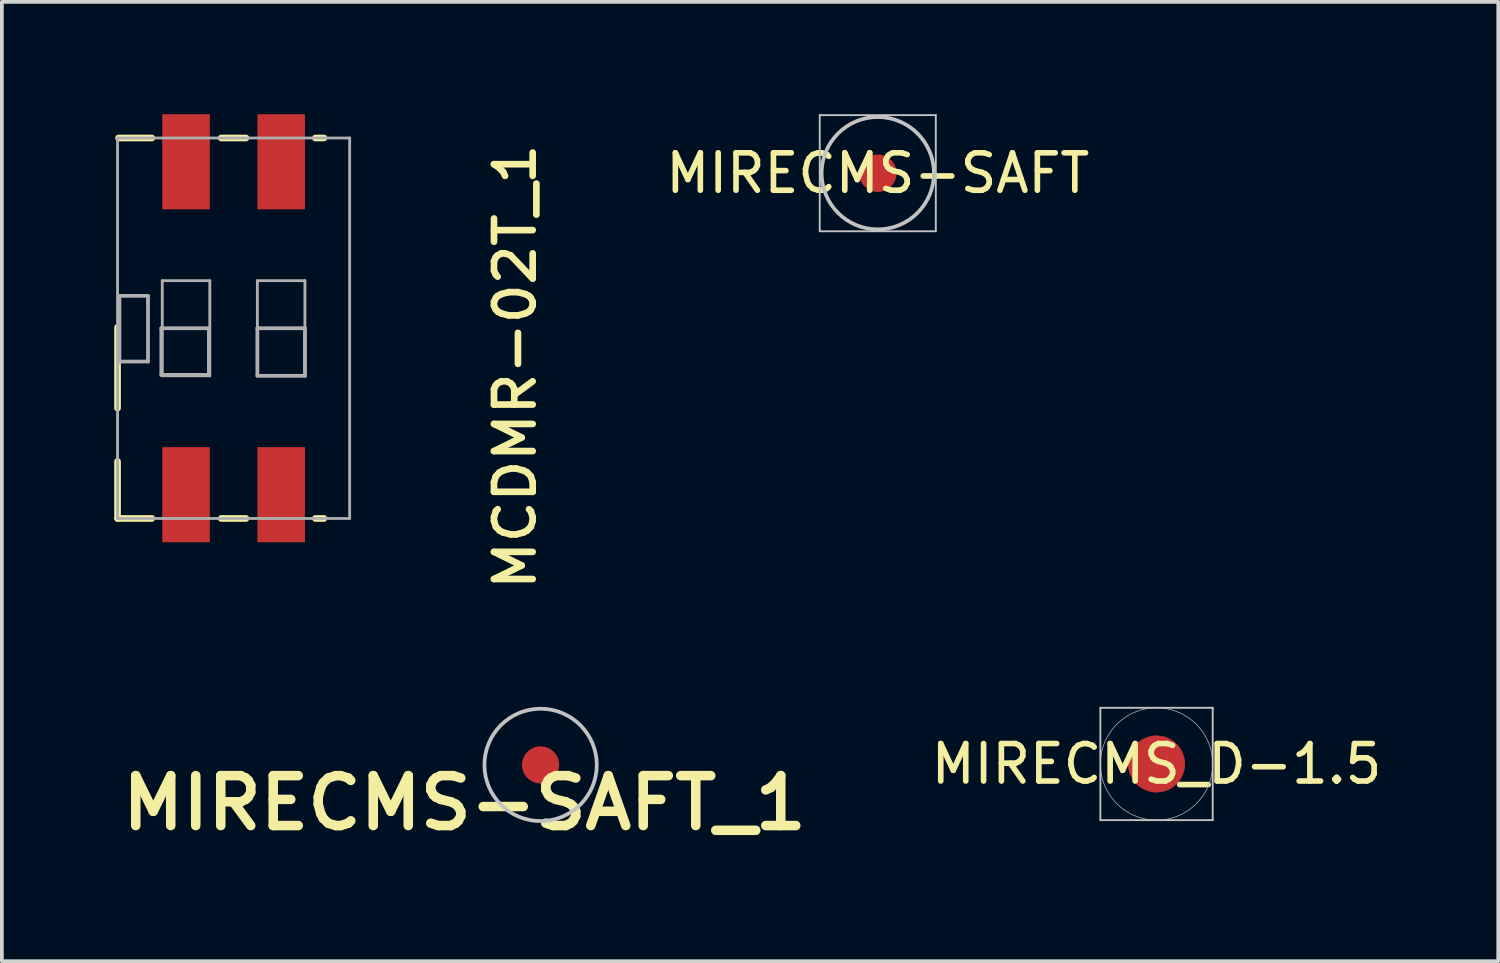
<source format=kicad_pcb>
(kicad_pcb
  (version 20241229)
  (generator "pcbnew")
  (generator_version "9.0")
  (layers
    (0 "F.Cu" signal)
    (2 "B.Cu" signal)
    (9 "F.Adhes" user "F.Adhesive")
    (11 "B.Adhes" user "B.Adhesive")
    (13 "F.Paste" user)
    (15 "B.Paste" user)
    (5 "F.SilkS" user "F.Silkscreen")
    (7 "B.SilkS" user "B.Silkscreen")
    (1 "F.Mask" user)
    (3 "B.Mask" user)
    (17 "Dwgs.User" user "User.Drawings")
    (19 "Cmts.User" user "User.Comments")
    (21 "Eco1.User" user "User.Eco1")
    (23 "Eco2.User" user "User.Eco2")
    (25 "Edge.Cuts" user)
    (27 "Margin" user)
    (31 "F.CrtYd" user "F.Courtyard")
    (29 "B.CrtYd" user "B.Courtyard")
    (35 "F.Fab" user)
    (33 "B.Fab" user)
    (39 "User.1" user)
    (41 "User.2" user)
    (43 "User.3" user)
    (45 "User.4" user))
  (footprint "MIRECMS_D-1.5"
    (placed yes)
    (layer "F.Cu")
    (at 27.834 17.351)
    (property "Reference" "MIRECMS_D-1.5" (at 0 0 0) (layer "F.SilkS") (effects (font (size 1 1) (thickness 0.15))))
    (attr through_hole)
    (fp_poly (pts (xy 0.75 0) (xy 0.748 -0.05) (xy 0.743 -0.1) (xy 0.735 -0.149) (xy 0.723 -0.198) (xy 0.709 -0.246) (xy 0.69 -0.293) (xy 0.669 -0.338) (xy 0.645 -0.382) (xy 0.618 -0.424) (xy 0.589 -0.465) (xy 0.556 -0.503) (xy 0.521 -0.539) (xy 0.484 -0.573) (xy 0.445 -0.604) (xy 0.404 -0.632) (xy 0.36 -0.658) (xy 0.316 -0.68) (xy 0.27 -0.7) (xy 0.222 -0.716) (xy 0.174 -0.73) (xy 0.125 -0.74) (xy 0.075 -0.746) (xy 0.025 -0.75) (xy -0.025 -0.75) (xy -0.075 -0.746) (xy -0.125 -0.74) (xy -0.174 -0.73) (xy -0.222 -0.716) (xy -0.27 -0.7) (xy -0.316 -0.68) (xy -0.36 -0.658) (xy -0.404 -0.632) (xy -0.445 -0.604) (xy -0.484 -0.573) (xy -0.521 -0.539) (xy -0.556 -0.503) (xy -0.589 -0.465) (xy -0.618 -0.424) (xy -0.645 -0.382) (xy -0.669 -0.338) (xy -0.69 -0.293) (xy -0.709 -0.246) (xy -0.723 -0.198) (xy -0.735 -0.149) (xy -0.743 -0.1) (xy -0.748 -0.05) (xy -0.75 0) (xy -0.748 0.05) (xy -0.743 0.1) (xy -0.735 0.149) (xy -0.723 0.198) (xy -0.709 0.246) (xy -0.69 0.293) (xy -0.669 0.338) (xy -0.645 0.382) (xy -0.618 0.424) (xy -0.589 0.465) (xy -0.556 0.503) (xy -0.521 0.539) (xy -0.484 0.573) (xy -0.445 0.604) (xy -0.404 0.632) (xy -0.36 0.658) (xy -0.316 0.68) (xy -0.27 0.7) (xy -0.222 0.716) (xy -0.174 0.73) (xy -0.125 0.74) (xy -0.075 0.746) (xy -0.025 0.75) (xy 0.025 0.75) (xy 0.075 0.746) (xy 0.125 0.74) (xy 0.174 0.73) (xy 0.222 0.716) (xy 0.27 0.7) (xy 0.316 0.68) (xy 0.36 0.658) (xy 0.404 0.632) (xy 0.445 0.604) (xy 0.484 0.573) (xy 0.521 0.539) (xy 0.556 0.503) (xy 0.589 0.465) (xy 0.618 0.424) (xy 0.645 0.382) (xy 0.669 0.338) (xy 0.69 0.293) (xy 0.709 0.246) (xy 0.723 0.198) (xy 0.735 0.149) (xy 0.743 0.1) (xy 0.748 0.05) (xy 0.75 0)) (stroke (width 0.02) (type solid)) (fill yes) (layer "F.Cu"))
    (fp_poly (pts (xy 1.27 0) (xy 1.269 -0.05) (xy 1.266 -0.1) (xy 1.261 -0.15) (xy 1.254 -0.2) (xy 1.245 -0.249) (xy 1.234 -0.298) (xy 1.222 -0.347) (xy 1.207 -0.395) (xy 1.191 -0.442) (xy 1.172 -0.489) (xy 1.152 -0.535) (xy 1.13 -0.58) (xy 1.106 -0.624) (xy 1.081 -0.667) (xy 1.053 -0.709) (xy 1.024 -0.751) (xy 0.994 -0.79) (xy 0.962 -0.829) (xy 0.929 -0.866) (xy 0.894 -0.902) (xy 0.857 -0.937) (xy 0.82 -0.97) (xy 0.781 -1.002) (xy 0.74 -1.032) (xy 0.699 -1.06) (xy 0.657 -1.087) (xy 0.613 -1.112) (xy 0.569 -1.136) (xy 0.523 -1.157) (xy 0.477 -1.177) (xy 0.43 -1.195) (xy 0.383 -1.211) (xy 0.335 -1.225) (xy 0.286 -1.237) (xy 0.237 -1.248) (xy 0.188 -1.256) (xy 0.138 -1.263) (xy 0.088 -1.267) (xy 0.038 -1.269) (xy -0.013 -1.27) (xy -0.063 -1.268) (xy -0.113 -1.265) (xy -0.163 -1.26) (xy -0.212 -1.252) (xy -0.262 -1.243) (xy -0.31 -1.231) (xy -0.359 -1.218) (xy -0.407 -1.203) (xy -0.454 -1.186) (xy -0.5 -1.167) (xy -0.546 -1.147) (xy -0.591 -1.124) (xy -0.635 -1.1) (xy -0.678 -1.074) (xy -0.72 -1.046) (xy -0.761 -1.017) (xy -0.8 -0.986) (xy -0.839 -0.954) (xy -0.876 -0.92) (xy -0.911 -0.885) (xy -0.945 -0.848) (xy -0.978 -0.81) (xy -1.009 -0.771) (xy -1.039 -0.73) (xy -1.067 -0.689) (xy -1.094 -0.646) (xy -1.118 -0.602) (xy -1.141 -0.557) (xy -1.162 -0.512) (xy -1.182 -0.466) (xy -1.199 -0.419) (xy -1.215 -0.371) (xy -1.228 -0.323) (xy -1.24 -0.274) (xy -1.25 -0.225) (xy -1.258 -0.175) (xy -1.264 -0.125) (xy -1.268 -0.075) (xy -1.27 -0.025) (xy -1.27 0.025) (xy -1.268 0.075) (xy -1.264 0.125) (xy -1.258 0.175) (xy -1.25 0.225) (xy -1.24 0.274) (xy -1.228 0.323) (xy -1.215 0.371) (xy -1.199 0.419) (xy -1.182 0.466) (xy -1.162 0.512) (xy -1.141 0.557) (xy -1.118 0.602) (xy -1.094 0.646) (xy -1.067 0.689) (xy -1.039 0.73) (xy -1.009 0.771) (xy -0.978 0.81) (xy -0.945 0.848) (xy -0.911 0.885) (xy -0.876 0.92) (xy -0.839 0.954) (xy -0.8 0.986) (xy -0.761 1.017) (xy -0.72 1.046) (xy -0.678 1.074) (xy -0.635 1.1) (xy -0.591 1.124) (xy -0.546 1.147) (xy -0.5 1.167) (xy -0.454 1.186) (xy -0.407 1.203) (xy -0.359 1.218) (xy -0.31 1.231) (xy -0.262 1.243) (xy -0.212 1.252) (xy -0.163 1.26) (xy -0.113 1.265) (xy -0.063 1.268) (xy -0.013 1.27) (xy 0.038 1.269) (xy 0.088 1.267) (xy 0.138 1.263) (xy 0.188 1.256) (xy 0.237 1.248) (xy 0.286 1.237) (xy 0.335 1.225) (xy 0.383 1.211) (xy 0.43 1.195) (xy 0.477 1.177) (xy 0.523 1.157) (xy 0.569 1.136) (xy 0.613 1.112) (xy 0.657 1.087) (xy 0.699 1.06) (xy 0.74 1.032) (xy 0.781 1.002) (xy 0.82 0.97) (xy 0.857 0.937) (xy 0.894 0.902) (xy 0.929 0.866) (xy 0.962 0.829) (xy 0.994 0.79) (xy 1.024 0.751) (xy 1.053 0.709) (xy 1.081 0.667) (xy 1.106 0.624) (xy 1.13 0.58) (xy 1.152 0.535) (xy 1.172 0.489) (xy 1.191 0.442) (xy 1.207 0.395) (xy 1.222 0.347) (xy 1.234 0.298) (xy 1.245 0.249) (xy 1.254 0.2) (xy 1.261 0.15) (xy 1.266 0.1) (xy 1.269 0.05) (xy 1.27 0)) (stroke (width 0.02) (type solid)) (fill yes) (layer "F.Mask"))
    (fp_line (start -1.5 -1.5) (end 1.5 -1.5) (stroke (width 0.05) (type solid)) (layer "Dwgs.User"))
    (fp_line (start -1.5 1.5) (end -1.5 -1.5) (stroke (width 0.05) (type solid)) (layer "Dwgs.User"))
    (fp_line (start 1.5 -1.5) (end 1.5 1.5) (stroke (width 0.05) (type solid)) (layer "Dwgs.User"))
    (fp_line (start 1.5 1.5) (end -1.5 1.5) (stroke (width 0.05) (type solid)) (layer "Dwgs.User"))
    (fp_poly (pts (xy 1.5 0) (xy 1.499 -0.05) (xy 1.497 -0.1) (xy 1.492 -0.15) (xy 1.487 -0.2) (xy 1.479 -0.249) (xy 1.47 -0.299) (xy 1.459 -0.348) (xy 1.447 -0.396) (xy 1.433 -0.444) (xy 1.417 -0.492) (xy 1.4 -0.539) (xy 1.381 -0.586) (xy 1.361 -0.631) (xy 1.339 -0.677) (xy 1.315 -0.721) (xy 1.291 -0.764) (xy 1.264 -0.807) (xy 1.237 -0.849) (xy 1.208 -0.89) (xy 1.177 -0.93) (xy 1.145 -0.968) (xy 1.112 -1.006) (xy 1.078 -1.043) (xy 1.043 -1.078) (xy 1.006 -1.112) (xy 0.968 -1.145) (xy 0.93 -1.177) (xy 0.89 -1.208) (xy 0.849 -1.237) (xy 0.807 -1.264) (xy 0.764 -1.291) (xy 0.721 -1.315) (xy 0.677 -1.339) (xy 0.631 -1.361) (xy 0.586 -1.381) (xy 0.539 -1.4) (xy 0.492 -1.417) (xy 0.444 -1.433) (xy 0.396 -1.447) (xy 0.348 -1.459) (xy 0.299 -1.47) (xy 0.249 -1.479) (xy 0.2 -1.487) (xy 0.15 -1.492) (xy 0.1 -1.497) (xy 0.05 -1.499) (xy 0 -1.5) (xy -0.05 -1.499) (xy -0.1 -1.497) (xy -0.15 -1.492) (xy -0.2 -1.487) (xy -0.249 -1.479) (xy -0.299 -1.47) (xy -0.348 -1.459) (xy -0.396 -1.447) (xy -0.444 -1.433) (xy -0.492 -1.417) (xy -0.539 -1.4) (xy -0.586 -1.381) (xy -0.631 -1.361) (xy -0.677 -1.339) (xy -0.721 -1.315) (xy -0.764 -1.291) (xy -0.807 -1.264) (xy -0.849 -1.237) (xy -0.89 -1.208) (xy -0.93 -1.177) (xy -0.968 -1.145) (xy -1.006 -1.112) (xy -1.043 -1.078) (xy -1.078 -1.043) (xy -1.112 -1.006) (xy -1.145 -0.968) (xy -1.177 -0.93) (xy -1.208 -0.89) (xy -1.237 -0.849) (xy -1.264 -0.807) (xy -1.291 -0.764) (xy -1.315 -0.721) (xy -1.339 -0.677) (xy -1.361 -0.631) (xy -1.381 -0.586) (xy -1.4 -0.539) (xy -1.417 -0.492) (xy -1.433 -0.444) (xy -1.447 -0.396) (xy -1.459 -0.348) (xy -1.47 -0.299) (xy -1.479 -0.249) (xy -1.487 -0.2) (xy -1.492 -0.15) (xy -1.497 -0.1) (xy -1.499 -0.05) (xy -1.5 0) (xy -1.499 0.05) (xy -1.497 0.1) (xy -1.492 0.15) (xy -1.487 0.2) (xy -1.479 0.249) (xy -1.47 0.299) (xy -1.459 0.348) (xy -1.447 0.396) (xy -1.433 0.444) (xy -1.417 0.492) (xy -1.4 0.539) (xy -1.381 0.586) (xy -1.361 0.631) (xy -1.339 0.677) (xy -1.315 0.721) (xy -1.291 0.764) (xy -1.264 0.807) (xy -1.237 0.849) (xy -1.208 0.89) (xy -1.177 0.93) (xy -1.145 0.968) (xy -1.112 1.006) (xy -1.078 1.043) (xy -1.043 1.078) (xy -1.006 1.112) (xy -0.968 1.145) (xy -0.93 1.177) (xy -0.89 1.208) (xy -0.849 1.237) (xy -0.807 1.264) (xy -0.764 1.291) (xy -0.721 1.315) (xy -0.677 1.339) (xy -0.631 1.361) (xy -0.586 1.381) (xy -0.539 1.4) (xy -0.492 1.417) (xy -0.444 1.433) (xy -0.396 1.447) (xy -0.348 1.459) (xy -0.299 1.47) (xy -0.249 1.479) (xy -0.2 1.487) (xy -0.15 1.492) (xy -0.1 1.497) (xy -0.05 1.499) (xy 0 1.5) (xy 0.05 1.499) (xy 0.1 1.497) (xy 0.15 1.492) (xy 0.2 1.487) (xy 0.249 1.479) (xy 0.299 1.47) (xy 0.348 1.459) (xy 0.396 1.447) (xy 0.444 1.433) (xy 0.492 1.417) (xy 0.539 1.4) (xy 0.586 1.381) (xy 0.631 1.361) (xy 0.677 1.339) (xy 0.721 1.315) (xy 0.764 1.291) (xy 0.807 1.264) (xy 0.849 1.237) (xy 0.89 1.208) (xy 0.93 1.177) (xy 0.968 1.145) (xy 1.006 1.112) (xy 1.043 1.078) (xy 1.078 1.043) (xy 1.112 1.006) (xy 1.145 0.968) (xy 1.177 0.93) (xy 1.208 0.89) (xy 1.237 0.849) (xy 1.264 0.807) (xy 1.291 0.764) (xy 1.315 0.721) (xy 1.339 0.677) (xy 1.361 0.631) (xy 1.381 0.586) (xy 1.4 0.539) (xy 1.417 0.492) (xy 1.433 0.444) (xy 1.447 0.396) (xy 1.459 0.348) (xy 1.47 0.299) (xy 1.479 0.249) (xy 1.487 0.2) (xy 1.492 0.15) (xy 1.497 0.1) (xy 1.499 0.05) (xy 1.5 0)) (stroke (width 0.02) (type solid)) (fill no) (layer "F.Fab"))
    (pad "1" smd circle (at 0 0) (size 0.203 0.203) (layers "F.Cu" "F.Mask" "F.Paste")))
  (footprint "MCDMR-02T_1"
    (layer "F.Cu")
    (at 3.188 5.715)
    (property "Reference" "MCDMR-02T_1" (at 7.518 1.029 90) (unlocked yes) (layer "F.SilkS") (effects (font (size 1.033 1.087) (thickness 0.178))))
    (attr smd)
    (fp_line (start -3.099 2.134) (end -3.099 -0.025) (stroke (width 0.178) (type solid)) (layer "F.SilkS"))
    (fp_line (start -3.099 5.08) (end -3.099 3.556) (stroke (width 0.178) (type solid)) (layer "F.SilkS"))
    (fp_line (start -3.099 5.08) (end -2.184 5.08) (stroke (width 0.178) (type solid)) (layer "F.SilkS"))
    (fp_line (start -3.073 -5.08) (end -2.184 -5.08) (stroke (width 0.178) (type solid)) (layer "F.SilkS"))
    (fp_line (start -0.33 -5.08) (end 0.33 -5.08) (stroke (width 0.178) (type solid)) (layer "F.SilkS"))
    (fp_line (start -0.33 5.08) (end 0.33 5.08) (stroke (width 0.178) (type solid)) (layer "F.SilkS"))
    (fp_line (start 2.184 -5.08) (end 2.413 -5.08) (stroke (width 0.178) (type solid)) (layer "F.SilkS"))
    (fp_line (start 2.184 5.08) (end 2.413 5.08) (stroke (width 0.178) (type solid)) (layer "F.SilkS"))
    (fp_line (start -3.099 -5.08) (end 3.099 -5.08) (stroke (width 0.076) (type solid)) (layer "F.Fab"))
    (fp_line (start -3.099 5.08) (end -3.099 -5.08) (stroke (width 0.076) (type solid)) (layer "F.Fab"))
    (fp_line (start -3.099 5.08) (end 3.099 5.08) (stroke (width 0.076) (type solid)) (layer "F.Fab"))
    (fp_line (start -3.048 -0.864) (end -2.286 -0.864) (stroke (width 0.1) (type solid)) (layer "F.Fab"))
    (fp_line (start -3.048 0.889) (end -3.048 -0.864) (stroke (width 0.1) (type solid)) (layer "F.Fab"))
    (fp_line (start -3.048 0.889) (end -2.286 0.889) (stroke (width 0.1) (type solid)) (layer "F.Fab"))
    (fp_line (start -2.286 0.889) (end -2.286 -0.864) (stroke (width 0.1) (type solid)) (layer "F.Fab"))
    (fp_line (start -1.93 0) (end -0.66 0) (stroke (width 0.1) (type solid)) (layer "F.Fab"))
    (fp_line (start -1.93 1.245) (end -1.93 0) (stroke (width 0.1) (type solid)) (layer "F.Fab"))
    (fp_line (start -1.93 1.245) (end -0.66 1.245) (stroke (width 0.1) (type solid)) (layer "F.Fab"))
    (fp_line (start -1.905 -1.27) (end -0.635 -1.27) (stroke (width 0.076) (type solid)) (layer "F.Fab"))
    (fp_line (start -1.905 1.27) (end -1.905 -1.27) (stroke (width 0.076) (type solid)) (layer "F.Fab"))
    (fp_line (start -1.905 1.27) (end -0.635 1.27) (stroke (width 0.076) (type solid)) (layer "F.Fab"))
    (fp_line (start -0.66 1.245) (end -0.66 0) (stroke (width 0.1) (type solid)) (layer "F.Fab"))
    (fp_line (start -0.635 1.27) (end -0.635 -1.27) (stroke (width 0.076) (type solid)) (layer "F.Fab"))
    (fp_line (start 0.635 -1.27) (end 1.905 -1.27) (stroke (width 0.076) (type solid)) (layer "F.Fab"))
    (fp_line (start 0.635 0) (end 1.905 0) (stroke (width 0.1) (type solid)) (layer "F.Fab"))
    (fp_line (start 0.635 1.27) (end 0.635 -1.27) (stroke (width 0.076) (type solid)) (layer "F.Fab"))
    (fp_line (start 0.635 1.27) (end 0.635 0) (stroke (width 0.1) (type solid)) (layer "F.Fab"))
    (fp_line (start 0.635 1.27) (end 1.905 1.27) (stroke (width 0.076) (type solid)) (layer "F.Fab"))
    (fp_line (start 0.635 1.27) (end 1.905 1.27) (stroke (width 0.1) (type solid)) (layer "F.Fab"))
    (fp_line (start 1.905 1.27) (end 1.905 -1.27) (stroke (width 0.076) (type solid)) (layer "F.Fab"))
    (fp_line (start 1.905 1.27) (end 1.905 0) (stroke (width 0.1) (type solid)) (layer "F.Fab"))
    (fp_line (start 3.099 5.08) (end 3.099 -5.08) (stroke (width 0.076) (type solid)) (layer "F.Fab"))
    (pad "1" smd rect (at -1.27 4.445) (size 1.27 2.54) (layers "F.Cu" "F.Mask" "F.Paste"))
    (pad "2" smd rect (at -1.27 -4.445) (size 1.27 2.54) (layers "F.Cu" "F.Mask" "F.Paste"))
    (pad "3" smd rect (at 1.27 4.445) (size 1.27 2.54) (layers "F.Cu" "F.Mask" "F.Paste"))
    (pad "4" smd rect (at 1.27 -4.445) (size 1.27 2.54) (layers "F.Cu" "F.Mask" "F.Paste")))
  (footprint "MIRECMS-SAFT_1"
    (layer "F.Cu")
    (at 11.386 17.376)
    (property "Reference" "MIRECMS-SAFT_1" (at -2.032 1.016 0) (unlocked yes) (layer "F.SilkS") (effects (font (size 1.333 1.402) (thickness 0.254))))
    (attr smd)
    (fp_circle (center 0 0) (end 1.5 0) (stroke (width 0.1) (type solid)) (fill no) (layer "Dwgs.User"))
    (pad "1" smd circle (at 0 0) (size 0.991 0.991) (layers "F.Cu" "F.Mask" "F.Paste")))
  (footprint "MIRECMS-SAFT"
    (placed yes)
    (layer "F.Cu")
    (at 20.39 1.575)
    (property "Reference" "MIRECMS-SAFT" (at 0 0 0) (layer "F.SilkS") (effects (font (size 1 1) (thickness 0.15))))
    (attr through_hole)
    (fp_line (start -1.55 -1.55) (end 1.55 -1.55) (stroke (width 0.05) (type solid)) (layer "Dwgs.User"))
    (fp_line (start -1.55 1.55) (end -1.55 -1.55) (stroke (width 0.05) (type solid)) (layer "Dwgs.User"))
    (fp_line (start 1.55 -1.55) (end 1.55 1.55) (stroke (width 0.05) (type solid)) (layer "Dwgs.User"))
    (fp_line (start 1.55 1.55) (end -1.55 1.55) (stroke (width 0.05) (type solid)) (layer "Dwgs.User"))
    (fp_arc (start 1.5 0) (mid -1.5 0) (end 1.5 0) (stroke (width 0.1) (type solid)) (layer "Dwgs.User"))
    (fp_poly (pts (xy 1.5 0) (xy 1.499 -0.05) (xy 1.497 -0.1) (xy 1.492 -0.15) (xy 1.487 -0.2) (xy 1.479 -0.249) (xy 1.47 -0.299) (xy 1.459 -0.348) (xy 1.447 -0.396) (xy 1.433 -0.444) (xy 1.417 -0.492) (xy 1.4 -0.539) (xy 1.381 -0.586) (xy 1.361 -0.631) (xy 1.339 -0.677) (xy 1.315 -0.721) (xy 1.291 -0.764) (xy 1.264 -0.807) (xy 1.237 -0.849) (xy 1.208 -0.89) (xy 1.177 -0.93) (xy 1.145 -0.968) (xy 1.112 -1.006) (xy 1.078 -1.043) (xy 1.043 -1.078) (xy 1.006 -1.112) (xy 0.968 -1.145) (xy 0.93 -1.177) (xy 0.89 -1.208) (xy 0.849 -1.237) (xy 0.807 -1.264) (xy 0.764 -1.291) (xy 0.721 -1.315) (xy 0.677 -1.339) (xy 0.631 -1.361) (xy 0.586 -1.381) (xy 0.539 -1.4) (xy 0.492 -1.417) (xy 0.444 -1.433) (xy 0.396 -1.447) (xy 0.348 -1.459) (xy 0.299 -1.47) (xy 0.249 -1.479) (xy 0.2 -1.487) (xy 0.15 -1.492) (xy 0.1 -1.497) (xy 0.05 -1.499) (xy 0 -1.5) (xy -0.05 -1.499) (xy -0.1 -1.497) (xy -0.15 -1.492) (xy -0.2 -1.487) (xy -0.249 -1.479) (xy -0.299 -1.47) (xy -0.348 -1.459) (xy -0.396 -1.447) (xy -0.444 -1.433) (xy -0.492 -1.417) (xy -0.539 -1.4) (xy -0.586 -1.381) (xy -0.631 -1.361) (xy -0.677 -1.339) (xy -0.721 -1.315) (xy -0.764 -1.291) (xy -0.807 -1.264) (xy -0.849 -1.237) (xy -0.89 -1.208) (xy -0.93 -1.177) (xy -0.968 -1.145) (xy -1.006 -1.112) (xy -1.043 -1.078) (xy -1.078 -1.043) (xy -1.112 -1.006) (xy -1.145 -0.968) (xy -1.177 -0.93) (xy -1.208 -0.89) (xy -1.237 -0.849) (xy -1.264 -0.807) (xy -1.291 -0.764) (xy -1.315 -0.721) (xy -1.339 -0.677) (xy -1.361 -0.631) (xy -1.381 -0.586) (xy -1.4 -0.539) (xy -1.417 -0.492) (xy -1.433 -0.444) (xy -1.447 -0.396) (xy -1.459 -0.348) (xy -1.47 -0.299) (xy -1.479 -0.249) (xy -1.487 -0.2) (xy -1.492 -0.15) (xy -1.497 -0.1) (xy -1.499 -0.05) (xy -1.5 0) (xy -1.499 0.05) (xy -1.497 0.1) (xy -1.492 0.15) (xy -1.487 0.2) (xy -1.479 0.249) (xy -1.47 0.299) (xy -1.459 0.348) (xy -1.447 0.396) (xy -1.433 0.444) (xy -1.417 0.492) (xy -1.4 0.539) (xy -1.381 0.586) (xy -1.361 0.631) (xy -1.339 0.677) (xy -1.315 0.721) (xy -1.291 0.764) (xy -1.264 0.807) (xy -1.237 0.849) (xy -1.208 0.89) (xy -1.177 0.93) (xy -1.145 0.968) (xy -1.112 1.006) (xy -1.078 1.043) (xy -1.043 1.078) (xy -1.006 1.112) (xy -0.968 1.145) (xy -0.93 1.177) (xy -0.89 1.208) (xy -0.849 1.237) (xy -0.807 1.264) (xy -0.764 1.291) (xy -0.721 1.315) (xy -0.677 1.339) (xy -0.631 1.361) (xy -0.586 1.381) (xy -0.539 1.4) (xy -0.492 1.417) (xy -0.444 1.433) (xy -0.396 1.447) (xy -0.348 1.459) (xy -0.299 1.47) (xy -0.249 1.479) (xy -0.2 1.487) (xy -0.15 1.492) (xy -0.1 1.497) (xy -0.05 1.499) (xy 0 1.5) (xy 0.05 1.499) (xy 0.1 1.497) (xy 0.15 1.492) (xy 0.2 1.487) (xy 0.249 1.479) (xy 0.299 1.47) (xy 0.348 1.459) (xy 0.396 1.447) (xy 0.444 1.433) (xy 0.492 1.417) (xy 0.539 1.4) (xy 0.586 1.381) (xy 0.631 1.361) (xy 0.677 1.339) (xy 0.721 1.315) (xy 0.764 1.291) (xy 0.807 1.264) (xy 0.849 1.237) (xy 0.89 1.208) (xy 0.93 1.177) (xy 0.968 1.145) (xy 1.006 1.112) (xy 1.043 1.078) (xy 1.078 1.043) (xy 1.112 1.006) (xy 1.145 0.968) (xy 1.177 0.93) (xy 1.208 0.89) (xy 1.237 0.849) (xy 1.264 0.807) (xy 1.291 0.764) (xy 1.315 0.721) (xy 1.339 0.677) (xy 1.361 0.631) (xy 1.381 0.586) (xy 1.4 0.539) (xy 1.417 0.492) (xy 1.433 0.444) (xy 1.447 0.396) (xy 1.459 0.348) (xy 1.47 0.299) (xy 1.479 0.249) (xy 1.487 0.2) (xy 1.492 0.15) (xy 1.497 0.1) (xy 1.499 0.05) (xy 1.5 0)) (stroke (width 0.02) (type solid)) (fill no) (layer "F.Fab"))
    (pad "1" smd circle (at 0 0) (size 1 1) (layers "F.Cu" "F.Mask" "F.Paste")))
  (gr_rect
    (start -3 -3)
    (end 36.959 22.618)
    (stroke (width 0.1) (type default))
    (fill no)
    (layer "Edge.Cuts")))
</source>
